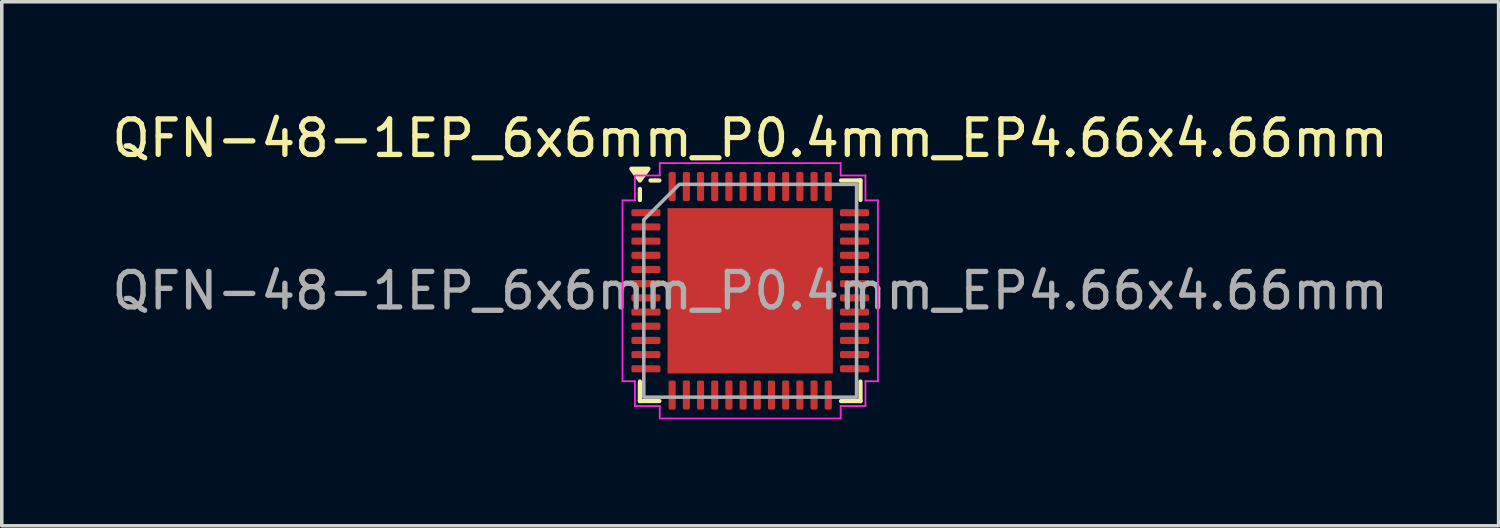
<source format=kicad_pcb>
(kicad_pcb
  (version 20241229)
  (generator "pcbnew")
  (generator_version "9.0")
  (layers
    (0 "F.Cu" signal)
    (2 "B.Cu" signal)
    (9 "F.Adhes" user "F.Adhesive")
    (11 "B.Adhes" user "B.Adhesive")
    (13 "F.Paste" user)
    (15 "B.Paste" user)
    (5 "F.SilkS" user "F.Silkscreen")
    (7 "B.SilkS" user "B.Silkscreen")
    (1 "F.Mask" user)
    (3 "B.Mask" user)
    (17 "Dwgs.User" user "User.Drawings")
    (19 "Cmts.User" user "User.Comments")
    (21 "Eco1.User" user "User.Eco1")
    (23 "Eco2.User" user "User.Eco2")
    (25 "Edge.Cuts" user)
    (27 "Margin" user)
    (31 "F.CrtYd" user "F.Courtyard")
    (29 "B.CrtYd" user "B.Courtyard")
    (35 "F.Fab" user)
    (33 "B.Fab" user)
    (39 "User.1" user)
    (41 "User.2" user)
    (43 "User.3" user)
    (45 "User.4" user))
  (footprint "QFN-48-1EP_6x6mm_P0.4mm_EP4.66x4.66mm"
    (layer "F.Cu")
    (at 18.101 5.148)
    (property "Reference" "QFN-48-1EP_6x6mm_P0.4mm_EP4.66x4.66mm" (at 0 -4.3 0) (layer "F.SilkS") (effects (font (size 1 1) (thickness 0.15))))
    (attr smd)
    (fp_line (start -3.11 -2.56) (end -3.11 -2.87) (stroke (width 0.12) (type solid)) (layer "F.SilkS"))
    (fp_line (start -3.11 3.11) (end -3.11 2.56) (stroke (width 0.12) (type solid)) (layer "F.SilkS"))
    (fp_line (start -2.56 -3.11) (end -2.81 -3.11) (stroke (width 0.12) (type solid)) (layer "F.SilkS"))
    (fp_line (start -2.56 3.11) (end -3.11 3.11) (stroke (width 0.12) (type solid)) (layer "F.SilkS"))
    (fp_line (start 2.56 -3.11) (end 3.11 -3.11) (stroke (width 0.12) (type solid)) (layer "F.SilkS"))
    (fp_line (start 2.56 3.11) (end 3.11 3.11) (stroke (width 0.12) (type solid)) (layer "F.SilkS"))
    (fp_line (start 3.11 -3.11) (end 3.11 -2.56) (stroke (width 0.12) (type solid)) (layer "F.SilkS"))
    (fp_line (start 3.11 3.11) (end 3.11 2.56) (stroke (width 0.12) (type solid)) (layer "F.SilkS"))
    (fp_poly (pts (xy -3.11 -3.11) (xy -3.35 -3.44) (xy -2.87 -3.44)) (stroke (width 0.12) (type solid)) (fill yes) (layer "F.SilkS"))
    (fp_line (start -3.6 -2.55) (end -3.25 -2.55) (stroke (width 0.05) (type solid)) (layer "F.CrtYd"))
    (fp_line (start -3.6 2.55) (end -3.6 -2.55) (stroke (width 0.05) (type solid)) (layer "F.CrtYd"))
    (fp_line (start -3.25 -3.25) (end -2.55 -3.25) (stroke (width 0.05) (type solid)) (layer "F.CrtYd"))
    (fp_line (start -3.25 -2.55) (end -3.25 -3.25) (stroke (width 0.05) (type solid)) (layer "F.CrtYd"))
    (fp_line (start -3.25 2.55) (end -3.6 2.55) (stroke (width 0.05) (type solid)) (layer "F.CrtYd"))
    (fp_line (start -3.25 3.25) (end -3.25 2.55) (stroke (width 0.05) (type solid)) (layer "F.CrtYd"))
    (fp_line (start -2.55 -3.6) (end 2.55 -3.6) (stroke (width 0.05) (type solid)) (layer "F.CrtYd"))
    (fp_line (start -2.55 -3.25) (end -2.55 -3.6) (stroke (width 0.05) (type solid)) (layer "F.CrtYd"))
    (fp_line (start -2.55 3.25) (end -3.25 3.25) (stroke (width 0.05) (type solid)) (layer "F.CrtYd"))
    (fp_line (start -2.55 3.6) (end -2.55 3.25) (stroke (width 0.05) (type solid)) (layer "F.CrtYd"))
    (fp_line (start 2.55 -3.6) (end 2.55 -3.25) (stroke (width 0.05) (type solid)) (layer "F.CrtYd"))
    (fp_line (start 2.55 -3.25) (end 3.25 -3.25) (stroke (width 0.05) (type solid)) (layer "F.CrtYd"))
    (fp_line (start 2.55 3.25) (end 2.55 3.6) (stroke (width 0.05) (type solid)) (layer "F.CrtYd"))
    (fp_line (start 2.55 3.6) (end -2.55 3.6) (stroke (width 0.05) (type solid)) (layer "F.CrtYd"))
    (fp_line (start 3.25 -3.25) (end 3.25 -2.55) (stroke (width 0.05) (type solid)) (layer "F.CrtYd"))
    (fp_line (start 3.25 -2.55) (end 3.6 -2.55) (stroke (width 0.05) (type solid)) (layer "F.CrtYd"))
    (fp_line (start 3.25 2.55) (end 3.25 3.25) (stroke (width 0.05) (type solid)) (layer "F.CrtYd"))
    (fp_line (start 3.25 3.25) (end 2.55 3.25) (stroke (width 0.05) (type solid)) (layer "F.CrtYd"))
    (fp_line (start 3.6 -2.55) (end 3.6 2.55) (stroke (width 0.05) (type solid)) (layer "F.CrtYd"))
    (fp_line (start 3.6 2.55) (end 3.25 2.55) (stroke (width 0.05) (type solid)) (layer "F.CrtYd"))
    (fp_poly (pts (xy -3 -2) (xy -3 3) (xy 3 3) (xy 3 -3) (xy -2 -3)) (stroke (width 0.1) (type solid)) (fill no) (layer "F.Fab"))
    (fp_text user "${REFERENCE}" (at 0 0 0) (layer "F.Fab") (effects (font (size 1 1) (thickness 0.15))))
    (pad "" smd roundrect (at -1.55 -1.55) (size 1.25 1.25) (layers "F.Paste") (roundrect_rratio 0.2))
    (pad "" smd roundrect (at -1.55 0) (size 1.25 1.25) (layers "F.Paste") (roundrect_rratio 0.2))
    (pad "" smd roundrect (at -1.55 1.55) (size 1.25 1.25) (layers "F.Paste") (roundrect_rratio 0.2))
    (pad "" smd roundrect (at 0 -1.55) (size 1.25 1.25) (layers "F.Paste") (roundrect_rratio 0.2))
    (pad "" smd roundrect (at 0 0) (size 1.25 1.25) (layers "F.Paste") (roundrect_rratio 0.2))
    (pad "" smd roundrect (at 0 1.55) (size 1.25 1.25) (layers "F.Paste") (roundrect_rratio 0.2))
    (pad "" smd roundrect (at 1.55 -1.55) (size 1.25 1.25) (layers "F.Paste") (roundrect_rratio 0.2))
    (pad "" smd roundrect (at 1.55 0) (size 1.25 1.25) (layers "F.Paste") (roundrect_rratio 0.2))
    (pad "" smd roundrect (at 1.55 1.55) (size 1.25 1.25) (layers "F.Paste") (roundrect_rratio 0.2))
    (pad "1" smd roundrect (at -2.94 -2.2) (size 0.82 0.2) (layers "F.Cu" "F.Mask" "F.Paste") (roundrect_rratio 0.25))
    (pad "2" smd roundrect (at -2.94 -1.8) (size 0.82 0.2) (layers "F.Cu" "F.Mask" "F.Paste") (roundrect_rratio 0.25))
    (pad "3" smd roundrect (at -2.94 -1.4) (size 0.82 0.2) (layers "F.Cu" "F.Mask" "F.Paste") (roundrect_rratio 0.25))
    (pad "4" smd roundrect (at -2.94 -1) (size 0.82 0.2) (layers "F.Cu" "F.Mask" "F.Paste") (roundrect_rratio 0.25))
    (pad "5" smd roundrect (at -2.94 -0.6) (size 0.82 0.2) (layers "F.Cu" "F.Mask" "F.Paste") (roundrect_rratio 0.25))
    (pad "6" smd roundrect (at -2.94 -0.2) (size 0.82 0.2) (layers "F.Cu" "F.Mask" "F.Paste") (roundrect_rratio 0.25))
    (pad "7" smd roundrect (at -2.94 0.2) (size 0.82 0.2) (layers "F.Cu" "F.Mask" "F.Paste") (roundrect_rratio 0.25))
    (pad "8" smd roundrect (at -2.94 0.6) (size 0.82 0.2) (layers "F.Cu" "F.Mask" "F.Paste") (roundrect_rratio 0.25))
    (pad "9" smd roundrect (at -2.94 1) (size 0.82 0.2) (layers "F.Cu" "F.Mask" "F.Paste") (roundrect_rratio 0.25))
    (pad "10" smd roundrect (at -2.94 1.4) (size 0.82 0.2) (layers "F.Cu" "F.Mask" "F.Paste") (roundrect_rratio 0.25))
    (pad "11" smd roundrect (at -2.94 1.8) (size 0.82 0.2) (layers "F.Cu" "F.Mask" "F.Paste") (roundrect_rratio 0.25))
    (pad "12" smd roundrect (at -2.94 2.2) (size 0.82 0.2) (layers "F.Cu" "F.Mask" "F.Paste") (roundrect_rratio 0.25))
    (pad "13" smd roundrect (at -2.2 2.94) (size 0.2 0.82) (layers "F.Cu" "F.Mask" "F.Paste") (roundrect_rratio 0.25))
    (pad "14" smd roundrect (at -1.8 2.94) (size 0.2 0.82) (layers "F.Cu" "F.Mask" "F.Paste") (roundrect_rratio 0.25))
    (pad "15" smd roundrect (at -1.4 2.94) (size 0.2 0.82) (layers "F.Cu" "F.Mask" "F.Paste") (roundrect_rratio 0.25))
    (pad "16" smd roundrect (at -1 2.94) (size 0.2 0.82) (layers "F.Cu" "F.Mask" "F.Paste") (roundrect_rratio 0.25))
    (pad "17" smd roundrect (at -0.6 2.94) (size 0.2 0.82) (layers "F.Cu" "F.Mask" "F.Paste") (roundrect_rratio 0.25))
    (pad "18" smd roundrect (at -0.2 2.94) (size 0.2 0.82) (layers "F.Cu" "F.Mask" "F.Paste") (roundrect_rratio 0.25))
    (pad "19" smd roundrect (at 0.2 2.94) (size 0.2 0.82) (layers "F.Cu" "F.Mask" "F.Paste") (roundrect_rratio 0.25))
    (pad "20" smd roundrect (at 0.6 2.94) (size 0.2 0.82) (layers "F.Cu" "F.Mask" "F.Paste") (roundrect_rratio 0.25))
    (pad "21" smd roundrect (at 1 2.94) (size 0.2 0.82) (layers "F.Cu" "F.Mask" "F.Paste") (roundrect_rratio 0.25))
    (pad "22" smd roundrect (at 1.4 2.94) (size 0.2 0.82) (layers "F.Cu" "F.Mask" "F.Paste") (roundrect_rratio 0.25))
    (pad "23" smd roundrect (at 1.8 2.94) (size 0.2 0.82) (layers "F.Cu" "F.Mask" "F.Paste") (roundrect_rratio 0.25))
    (pad "24" smd roundrect (at 2.2 2.94) (size 0.2 0.82) (layers "F.Cu" "F.Mask" "F.Paste") (roundrect_rratio 0.25))
    (pad "25" smd roundrect (at 2.94 2.2) (size 0.82 0.2) (layers "F.Cu" "F.Mask" "F.Paste") (roundrect_rratio 0.25))
    (pad "26" smd roundrect (at 2.94 1.8) (size 0.82 0.2) (layers "F.Cu" "F.Mask" "F.Paste") (roundrect_rratio 0.25))
    (pad "27" smd roundrect (at 2.94 1.4) (size 0.82 0.2) (layers "F.Cu" "F.Mask" "F.Paste") (roundrect_rratio 0.25))
    (pad "28" smd roundrect (at 2.94 1) (size 0.82 0.2) (layers "F.Cu" "F.Mask" "F.Paste") (roundrect_rratio 0.25))
    (pad "29" smd roundrect (at 2.94 0.6) (size 0.82 0.2) (layers "F.Cu" "F.Mask" "F.Paste") (roundrect_rratio 0.25))
    (pad "30" smd roundrect (at 2.94 0.2) (size 0.82 0.2) (layers "F.Cu" "F.Mask" "F.Paste") (roundrect_rratio 0.25))
    (pad "31" smd roundrect (at 2.94 -0.2) (size 0.82 0.2) (layers "F.Cu" "F.Mask" "F.Paste") (roundrect_rratio 0.25))
    (pad "32" smd roundrect (at 2.94 -0.6) (size 0.82 0.2) (layers "F.Cu" "F.Mask" "F.Paste") (roundrect_rratio 0.25))
    (pad "33" smd roundrect (at 2.94 -1) (size 0.82 0.2) (layers "F.Cu" "F.Mask" "F.Paste") (roundrect_rratio 0.25))
    (pad "34" smd roundrect (at 2.94 -1.4) (size 0.82 0.2) (layers "F.Cu" "F.Mask" "F.Paste") (roundrect_rratio 0.25))
    (pad "35" smd roundrect (at 2.94 -1.8) (size 0.82 0.2) (layers "F.Cu" "F.Mask" "F.Paste") (roundrect_rratio 0.25))
    (pad "36" smd roundrect (at 2.94 -2.2) (size 0.82 0.2) (layers "F.Cu" "F.Mask" "F.Paste") (roundrect_rratio 0.25))
    (pad "37" smd roundrect (at 2.2 -2.94) (size 0.2 0.82) (layers "F.Cu" "F.Mask" "F.Paste") (roundrect_rratio 0.25))
    (pad "38" smd roundrect (at 1.8 -2.94) (size 0.2 0.82) (layers "F.Cu" "F.Mask" "F.Paste") (roundrect_rratio 0.25))
    (pad "39" smd roundrect (at 1.4 -2.94) (size 0.2 0.82) (layers "F.Cu" "F.Mask" "F.Paste") (roundrect_rratio 0.25))
    (pad "40" smd roundrect (at 1 -2.94) (size 0.2 0.82) (layers "F.Cu" "F.Mask" "F.Paste") (roundrect_rratio 0.25))
    (pad "41" smd roundrect (at 0.6 -2.94) (size 0.2 0.82) (layers "F.Cu" "F.Mask" "F.Paste") (roundrect_rratio 0.25))
    (pad "42" smd roundrect (at 0.2 -2.94) (size 0.2 0.82) (layers "F.Cu" "F.Mask" "F.Paste") (roundrect_rratio 0.25))
    (pad "43" smd roundrect (at -0.2 -2.94) (size 0.2 0.82) (layers "F.Cu" "F.Mask" "F.Paste") (roundrect_rratio 0.25))
    (pad "44" smd roundrect (at -0.6 -2.94) (size 0.2 0.82) (layers "F.Cu" "F.Mask" "F.Paste") (roundrect_rratio 0.25))
    (pad "45" smd roundrect (at -1 -2.94) (size 0.2 0.82) (layers "F.Cu" "F.Mask" "F.Paste") (roundrect_rratio 0.25))
    (pad "46" smd roundrect (at -1.4 -2.94) (size 0.2 0.82) (layers "F.Cu" "F.Mask" "F.Paste") (roundrect_rratio 0.25))
    (pad "47" smd roundrect (at -1.8 -2.94) (size 0.2 0.82) (layers "F.Cu" "F.Mask" "F.Paste") (roundrect_rratio 0.25))
    (pad "48" smd roundrect (at -2.2 -2.94) (size 0.2 0.82) (layers "F.Cu" "F.Mask" "F.Paste") (roundrect_rratio 0.25))
    (pad "49" smd rect (at 0 0) (size 4.66 4.66) (property pad_prop_heatsink) (layers "F.Cu" "F.Mask")))
  (gr_rect
    (start -3 -3)
    (end 39.202 11.773)
    (stroke (width 0.1) (type default))
    (fill no)
    (layer "Edge.Cuts")))
</source>
